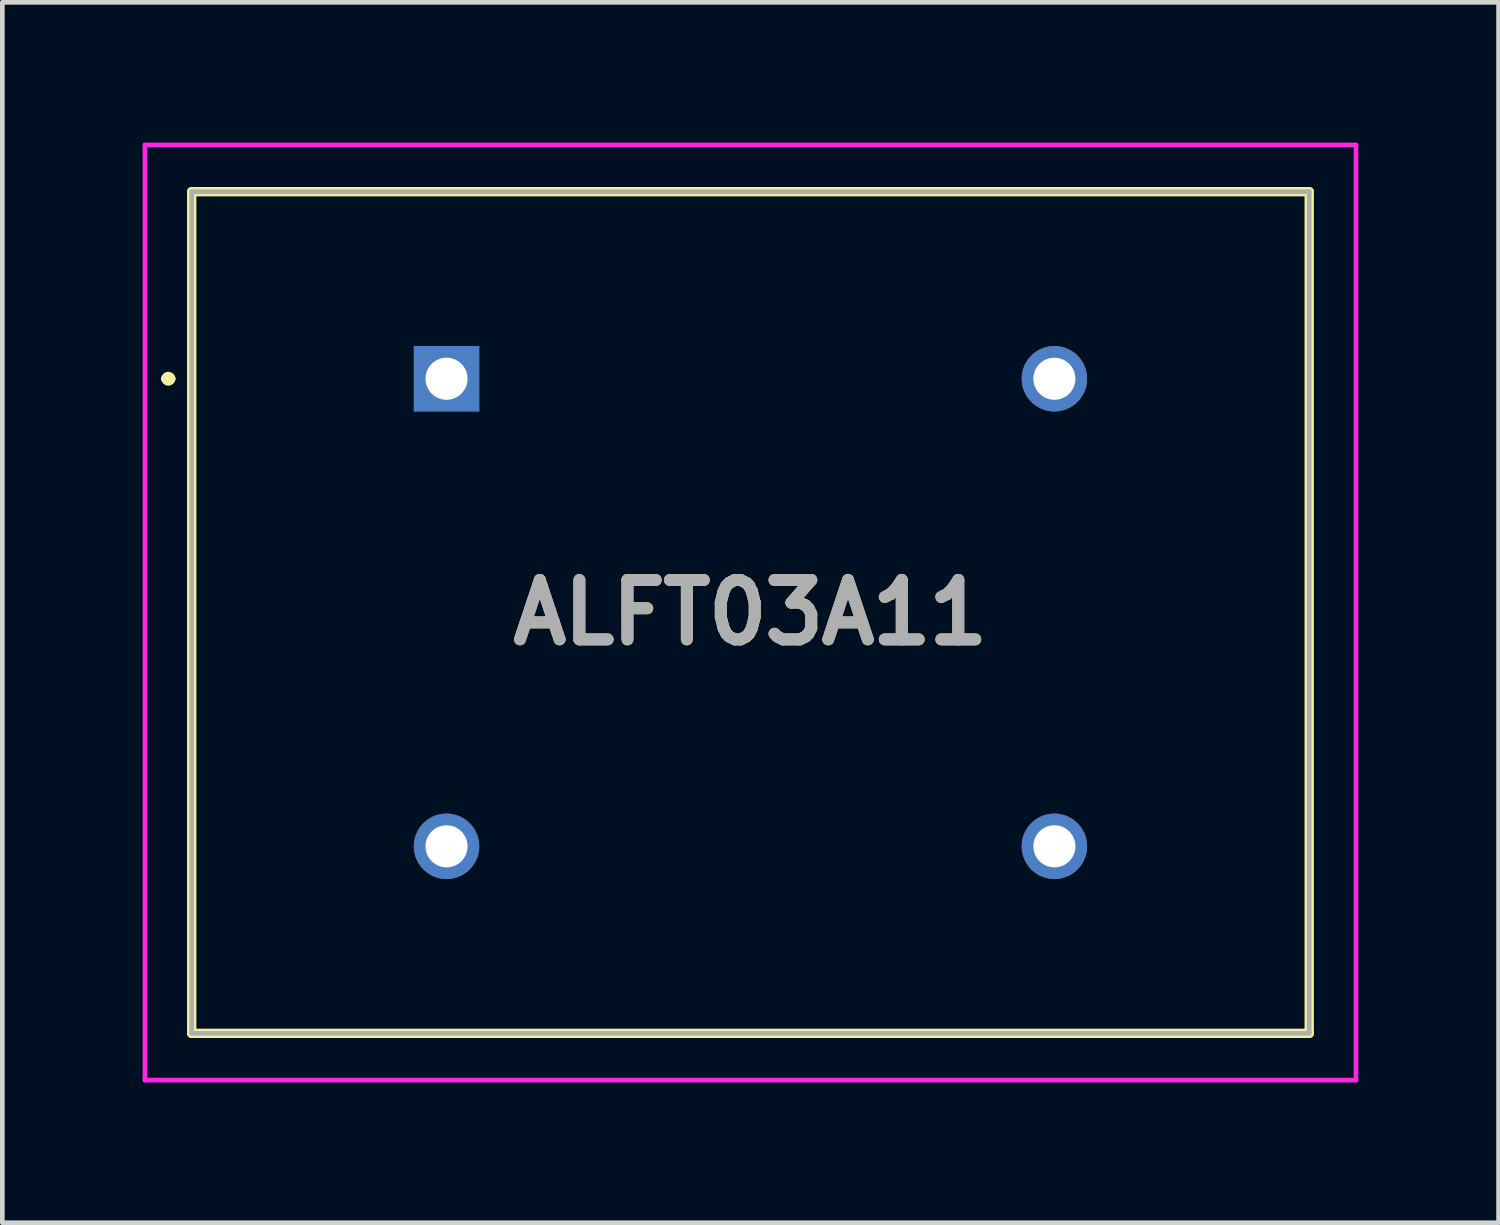
<source format=kicad_pcb>
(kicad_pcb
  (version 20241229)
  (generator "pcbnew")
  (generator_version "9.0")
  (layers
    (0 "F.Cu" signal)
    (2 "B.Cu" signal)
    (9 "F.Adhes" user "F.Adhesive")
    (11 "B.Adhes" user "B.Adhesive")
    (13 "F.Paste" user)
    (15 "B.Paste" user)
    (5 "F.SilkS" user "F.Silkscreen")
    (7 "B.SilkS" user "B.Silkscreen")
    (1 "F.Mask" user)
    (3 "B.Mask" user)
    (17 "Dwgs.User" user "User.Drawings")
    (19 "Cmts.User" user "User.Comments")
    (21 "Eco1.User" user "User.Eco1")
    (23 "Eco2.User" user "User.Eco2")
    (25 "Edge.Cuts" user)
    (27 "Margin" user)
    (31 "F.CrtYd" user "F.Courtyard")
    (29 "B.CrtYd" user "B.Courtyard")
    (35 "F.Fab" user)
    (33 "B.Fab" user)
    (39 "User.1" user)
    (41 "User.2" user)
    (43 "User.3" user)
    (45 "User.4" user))
  (footprint "ALFT03A11"
    (layer "F.Cu")
    (at 6.5 5.05)
    (property "Reference" "ALFT03A11" (at 6.5 5 0) (layer "F.SilkS") (effects (font (size 1.27 1.27) (thickness 0.254))))
    (attr through_hole)
    (fp_line (start -6 0) (end -6 0) (stroke (width 0.2) (type solid)) (layer "F.SilkS"))
    (fp_line (start -6 0) (end -5.9 0) (stroke (width 0.2) (type solid)) (layer "F.SilkS"))
    (fp_line (start -5.9 0) (end -5.9 0) (stroke (width 0.2) (type solid)) (layer "F.SilkS"))
    (fp_line (start -5.45 -4) (end 18.45 -4) (stroke (width 0.2) (type solid)) (layer "F.SilkS"))
    (fp_line (start -5.45 14) (end -5.45 -4) (stroke (width 0.2) (type solid)) (layer "F.SilkS"))
    (fp_line (start 18.45 -4) (end 18.45 14) (stroke (width 0.2) (type solid)) (layer "F.SilkS"))
    (fp_line (start 18.45 14) (end -5.45 14) (stroke (width 0.2) (type solid)) (layer "F.SilkS"))
    (fp_arc (start -6 0) (mid -5.95 -0.05) (end -5.9 0) (stroke (width 0.2) (type solid)) (layer "F.SilkS"))
    (fp_arc (start -5.9 0) (mid -5.95 0.05) (end -6 0) (stroke (width 0.2) (type solid)) (layer "F.SilkS"))
    (fp_line (start -6.45 -5) (end 19.45 -5) (stroke (width 0.1) (type solid)) (layer "F.CrtYd"))
    (fp_line (start -6.45 15) (end -6.45 -5) (stroke (width 0.1) (type solid)) (layer "F.CrtYd"))
    (fp_line (start 19.45 -5) (end 19.45 15) (stroke (width 0.1) (type solid)) (layer "F.CrtYd"))
    (fp_line (start 19.45 15) (end -6.45 15) (stroke (width 0.1) (type solid)) (layer "F.CrtYd"))
    (fp_line (start -5.45 -4) (end 18.45 -4) (stroke (width 0.1) (type solid)) (layer "F.Fab"))
    (fp_line (start -5.45 14) (end -5.45 -4) (stroke (width 0.1) (type solid)) (layer "F.Fab"))
    (fp_line (start 18.45 -4) (end 18.45 14) (stroke (width 0.1) (type solid)) (layer "F.Fab"))
    (fp_line (start 18.45 14) (end -5.45 14) (stroke (width 0.1) (type solid)) (layer "F.Fab"))
    (fp_text user "${REFERENCE}" (at 6.5 5 0) (layer "F.Fab") (effects (font (size 1.27 1.27) (thickness 0.254))))
    (pad "1" thru_hole rect (at 0 0) (size 1.4 1.4) (drill 0.9) (layers "*.Cu" "*.Mask"))
    (pad "2" thru_hole circle (at 0 10) (size 1.4 1.4) (drill 0.9) (layers "*.Cu" "*.Mask"))
    (pad "3" thru_hole circle (at 13 10) (size 1.4 1.4) (drill 0.9) (layers "*.Cu" "*.Mask"))
    (pad "4" thru_hole circle (at 13 0) (size 1.4 1.4) (drill 0.9) (layers "*.Cu" "*.Mask")))
  (gr_rect
    (start -3 -3)
    (end 29 23.1)
    (stroke (width 0.1) (type default))
    (fill no)
    (layer "Edge.Cuts")))
</source>
